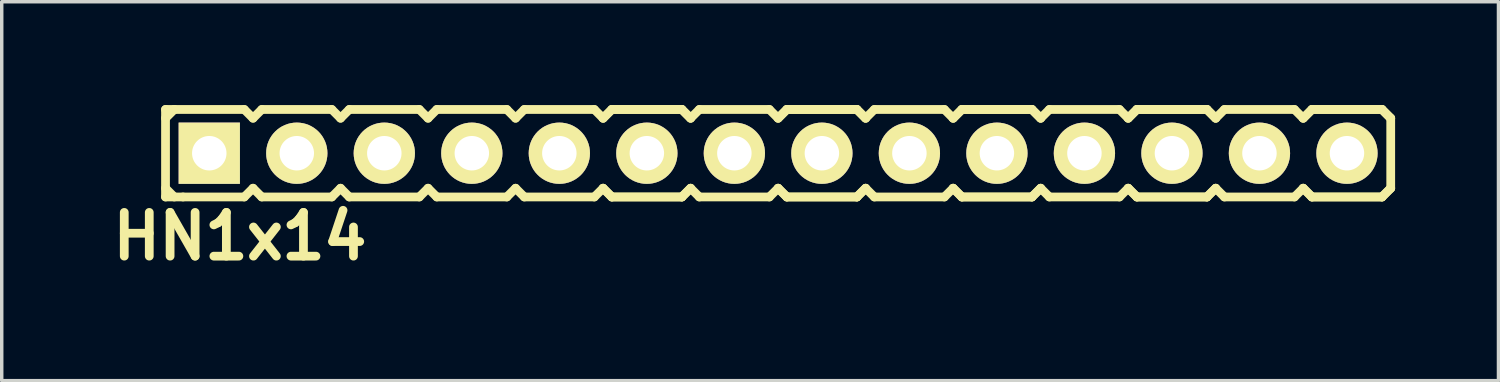
<source format=kicad_pcb>
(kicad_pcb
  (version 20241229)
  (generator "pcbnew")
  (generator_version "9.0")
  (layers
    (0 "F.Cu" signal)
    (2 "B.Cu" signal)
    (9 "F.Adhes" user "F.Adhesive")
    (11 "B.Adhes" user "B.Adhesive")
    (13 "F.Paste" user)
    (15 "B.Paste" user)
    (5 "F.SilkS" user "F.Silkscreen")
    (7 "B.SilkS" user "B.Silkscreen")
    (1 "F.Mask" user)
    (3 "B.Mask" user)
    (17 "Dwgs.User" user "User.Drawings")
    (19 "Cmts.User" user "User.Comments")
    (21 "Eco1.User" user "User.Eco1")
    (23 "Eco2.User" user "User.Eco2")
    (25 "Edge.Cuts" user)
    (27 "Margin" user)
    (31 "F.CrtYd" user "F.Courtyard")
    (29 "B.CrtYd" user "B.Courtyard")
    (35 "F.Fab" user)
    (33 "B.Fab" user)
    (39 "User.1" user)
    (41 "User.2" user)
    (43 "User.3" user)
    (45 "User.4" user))
  (footprint "HN1x14"
    (layer "F.Cu")
    (at 19.534 1.397)
    (property "Reference" "HN1x14" (at -15.621 2.413 0) (layer "F.SilkS") (effects (font (size 1.27 1.27) (thickness 0.254))))
    (attr smd)
    (fp_line (start -17.78 -1.27) (end -17.78 1.27) (stroke (width 0.254) (type solid)) (layer "F.SilkS"))
    (fp_line (start -17.78 -1.27) (end -17.526 -1.27) (stroke (width 0.254) (type solid)) (layer "F.SilkS"))
    (fp_line (start -17.78 -1.016) (end -17.526 -1.27) (stroke (width 0.254) (type solid)) (layer "F.SilkS"))
    (fp_line (start -17.526 -1.27) (end -15.494 -1.27) (stroke (width 0.254) (type solid)) (layer "F.SilkS"))
    (fp_line (start -17.526 1.27) (end -17.78 1.016) (stroke (width 0.254) (type solid)) (layer "F.SilkS"))
    (fp_line (start -17.272 1.27) (end -17.78 1.27) (stroke (width 0.254) (type solid)) (layer "F.SilkS"))
    (fp_line (start -15.494 -1.27) (end -15.24 -1.016) (stroke (width 0.254) (type solid)) (layer "F.SilkS"))
    (fp_line (start -15.494 1.27) (end -17.272 1.27) (stroke (width 0.254) (type solid)) (layer "F.SilkS"))
    (fp_line (start -15.24 -1.016) (end -14.986 -1.27) (stroke (width 0.254) (type solid)) (layer "F.SilkS"))
    (fp_line (start -15.24 1.016) (end -15.494 1.27) (stroke (width 0.254) (type solid)) (layer "F.SilkS"))
    (fp_line (start -14.986 -1.27) (end -12.954 -1.27) (stroke (width 0.254) (type solid)) (layer "F.SilkS"))
    (fp_line (start -14.986 1.27) (end -15.24 1.016) (stroke (width 0.254) (type solid)) (layer "F.SilkS"))
    (fp_line (start -12.954 -1.27) (end -12.7 -1.016) (stroke (width 0.254) (type solid)) (layer "F.SilkS"))
    (fp_line (start -12.954 1.27) (end -14.986 1.27) (stroke (width 0.254) (type solid)) (layer "F.SilkS"))
    (fp_line (start -12.954 1.27) (end -12.7 1.016) (stroke (width 0.254) (type solid)) (layer "F.SilkS"))
    (fp_line (start -12.7 -1.016) (end -12.446 -1.27) (stroke (width 0.254) (type solid)) (layer "F.SilkS"))
    (fp_line (start -12.7 1.016) (end -12.446 1.27) (stroke (width 0.254) (type solid)) (layer "F.SilkS"))
    (fp_line (start -12.446 -1.27) (end -10.414 -1.27) (stroke (width 0.254) (type solid)) (layer "F.SilkS"))
    (fp_line (start -10.414 -1.27) (end -10.16 -1.016) (stroke (width 0.254) (type solid)) (layer "F.SilkS"))
    (fp_line (start -10.414 1.27) (end -12.446 1.27) (stroke (width 0.254) (type solid)) (layer "F.SilkS"))
    (fp_line (start -10.16 -1.016) (end -9.906 -1.27) (stroke (width 0.254) (type solid)) (layer "F.SilkS"))
    (fp_line (start -10.16 1.016) (end -10.414 1.27) (stroke (width 0.254) (type solid)) (layer "F.SilkS"))
    (fp_line (start -9.906 -1.27) (end -7.874 -1.27) (stroke (width 0.254) (type solid)) (layer "F.SilkS"))
    (fp_line (start -9.906 1.27) (end -10.16 1.016) (stroke (width 0.254) (type solid)) (layer "F.SilkS"))
    (fp_line (start -7.874 -1.27) (end -7.62 -1.016) (stroke (width 0.254) (type solid)) (layer "F.SilkS"))
    (fp_line (start -7.874 1.27) (end -9.906 1.27) (stroke (width 0.254) (type solid)) (layer "F.SilkS"))
    (fp_line (start -7.62 -1.016) (end -7.366 -1.27) (stroke (width 0.254) (type solid)) (layer "F.SilkS"))
    (fp_line (start -7.62 1.016) (end -7.874 1.27) (stroke (width 0.254) (type solid)) (layer "F.SilkS"))
    (fp_line (start -7.366 -1.27) (end -5.334 -1.27) (stroke (width 0.254) (type solid)) (layer "F.SilkS"))
    (fp_line (start -7.366 1.27) (end -7.62 1.016) (stroke (width 0.254) (type solid)) (layer "F.SilkS"))
    (fp_line (start -5.334 -1.27) (end -5.08 -1.016) (stroke (width 0.254) (type solid)) (layer "F.SilkS"))
    (fp_line (start -5.334 1.27) (end -7.366 1.27) (stroke (width 0.254) (type solid)) (layer "F.SilkS"))
    (fp_line (start -5.08 -1.016) (end -4.826 -1.27) (stroke (width 0.254) (type solid)) (layer "F.SilkS"))
    (fp_line (start -5.08 -1.016) (end -4.826 -1.27) (stroke (width 0.254) (type solid)) (layer "F.SilkS"))
    (fp_line (start -5.08 1.016) (end -5.334 1.27) (stroke (width 0.254) (type solid)) (layer "F.SilkS"))
    (fp_line (start -4.826 -1.27) (end -2.794 -1.27) (stroke (width 0.254) (type solid)) (layer "F.SilkS"))
    (fp_line (start -4.826 -1.27) (end -2.794 -1.27) (stroke (width 0.254) (type solid)) (layer "F.SilkS"))
    (fp_line (start -4.826 1.27) (end -5.08 1.016) (stroke (width 0.254) (type solid)) (layer "F.SilkS"))
    (fp_line (start -4.826 1.27) (end -5.08 1.016) (stroke (width 0.254) (type solid)) (layer "F.SilkS"))
    (fp_line (start -2.794 -1.27) (end -2.54 -1.016) (stroke (width 0.254) (type solid)) (layer "F.SilkS"))
    (fp_line (start -2.794 -1.27) (end -2.54 -1.016) (stroke (width 0.254) (type solid)) (layer "F.SilkS"))
    (fp_line (start -2.794 1.27) (end -4.826 1.27) (stroke (width 0.254) (type solid)) (layer "F.SilkS"))
    (fp_line (start -2.794 1.27) (end -4.826 1.27) (stroke (width 0.254) (type solid)) (layer "F.SilkS"))
    (fp_line (start -2.54 -1.016) (end -2.286 -1.27) (stroke (width 0.254) (type solid)) (layer "F.SilkS"))
    (fp_line (start -2.54 1.016) (end -2.794 1.27) (stroke (width 0.254) (type solid)) (layer "F.SilkS"))
    (fp_line (start -2.54 1.016) (end -2.794 1.27) (stroke (width 0.254) (type solid)) (layer "F.SilkS"))
    (fp_line (start -2.286 -1.27) (end -0.254 -1.27) (stroke (width 0.254) (type solid)) (layer "F.SilkS"))
    (fp_line (start -2.286 1.27) (end -2.54 1.016) (stroke (width 0.254) (type solid)) (layer "F.SilkS"))
    (fp_line (start -0.254 -1.27) (end 0 -1.016) (stroke (width 0.254) (type solid)) (layer "F.SilkS"))
    (fp_line (start -0.254 1.27) (end -2.286 1.27) (stroke (width 0.254) (type solid)) (layer "F.SilkS"))
    (fp_line (start 0 -1.016) (end 0.254 -1.27) (stroke (width 0.254) (type solid)) (layer "F.SilkS"))
    (fp_line (start 0 -1.016) (end 0.254 -1.27) (stroke (width 0.254) (type solid)) (layer "F.SilkS"))
    (fp_line (start 0 1.016) (end -0.254 1.27) (stroke (width 0.254) (type solid)) (layer "F.SilkS"))
    (fp_line (start 0.254 -1.27) (end 2.286 -1.27) (stroke (width 0.254) (type solid)) (layer "F.SilkS"))
    (fp_line (start 0.254 -1.27) (end 2.286 -1.27) (stroke (width 0.254) (type solid)) (layer "F.SilkS"))
    (fp_line (start 0.254 1.27) (end 0 1.016) (stroke (width 0.254) (type solid)) (layer "F.SilkS"))
    (fp_line (start 0.254 1.27) (end 0 1.016) (stroke (width 0.254) (type solid)) (layer "F.SilkS"))
    (fp_line (start 2.286 -1.27) (end 2.54 -1.016) (stroke (width 0.254) (type solid)) (layer "F.SilkS"))
    (fp_line (start 2.286 -1.27) (end 2.54 -1.016) (stroke (width 0.254) (type solid)) (layer "F.SilkS"))
    (fp_line (start 2.286 1.27) (end 0.254 1.27) (stroke (width 0.254) (type solid)) (layer "F.SilkS"))
    (fp_line (start 2.286 1.27) (end 0.254 1.27) (stroke (width 0.254) (type solid)) (layer "F.SilkS"))
    (fp_line (start 2.54 -1.016) (end 2.794 -1.27) (stroke (width 0.254) (type solid)) (layer "F.SilkS"))
    (fp_line (start 2.54 1.016) (end 2.286 1.27) (stroke (width 0.254) (type solid)) (layer "F.SilkS"))
    (fp_line (start 2.54 1.016) (end 2.286 1.27) (stroke (width 0.254) (type solid)) (layer "F.SilkS"))
    (fp_line (start 2.794 -1.27) (end 4.826 -1.27) (stroke (width 0.254) (type solid)) (layer "F.SilkS"))
    (fp_line (start 2.794 1.27) (end 2.54 1.016) (stroke (width 0.254) (type solid)) (layer "F.SilkS"))
    (fp_line (start 4.826 -1.27) (end 5.08 -1.016) (stroke (width 0.254) (type solid)) (layer "F.SilkS"))
    (fp_line (start 4.826 1.27) (end 2.794 1.27) (stroke (width 0.254) (type solid)) (layer "F.SilkS"))
    (fp_line (start 5.08 -1.016) (end 5.334 -1.27) (stroke (width 0.254) (type solid)) (layer "F.SilkS"))
    (fp_line (start 5.08 -1.016) (end 5.334 -1.27) (stroke (width 0.254) (type solid)) (layer "F.SilkS"))
    (fp_line (start 5.08 1.016) (end 4.826 1.27) (stroke (width 0.254) (type solid)) (layer "F.SilkS"))
    (fp_line (start 5.334 -1.27) (end 7.366 -1.27) (stroke (width 0.254) (type solid)) (layer "F.SilkS"))
    (fp_line (start 5.334 -1.27) (end 7.366 -1.27) (stroke (width 0.254) (type solid)) (layer "F.SilkS"))
    (fp_line (start 5.334 1.27) (end 5.08 1.016) (stroke (width 0.254) (type solid)) (layer "F.SilkS"))
    (fp_line (start 5.334 1.27) (end 5.08 1.016) (stroke (width 0.254) (type solid)) (layer "F.SilkS"))
    (fp_line (start 7.366 -1.27) (end 7.62 -1.016) (stroke (width 0.254) (type solid)) (layer "F.SilkS"))
    (fp_line (start 7.366 -1.27) (end 7.62 -1.016) (stroke (width 0.254) (type solid)) (layer "F.SilkS"))
    (fp_line (start 7.366 1.27) (end 5.334 1.27) (stroke (width 0.254) (type solid)) (layer "F.SilkS"))
    (fp_line (start 7.366 1.27) (end 5.334 1.27) (stroke (width 0.254) (type solid)) (layer "F.SilkS"))
    (fp_line (start 7.62 -1.016) (end 7.874 -1.27) (stroke (width 0.254) (type solid)) (layer "F.SilkS"))
    (fp_line (start 7.62 1.016) (end 7.366 1.27) (stroke (width 0.254) (type solid)) (layer "F.SilkS"))
    (fp_line (start 7.62 1.016) (end 7.366 1.27) (stroke (width 0.254) (type solid)) (layer "F.SilkS"))
    (fp_line (start 7.874 -1.27) (end 9.906 -1.27) (stroke (width 0.254) (type solid)) (layer "F.SilkS"))
    (fp_line (start 7.874 1.27) (end 7.62 1.016) (stroke (width 0.254) (type solid)) (layer "F.SilkS"))
    (fp_line (start 9.906 -1.27) (end 10.16 -1.016) (stroke (width 0.254) (type solid)) (layer "F.SilkS"))
    (fp_line (start 9.906 1.27) (end 7.874 1.27) (stroke (width 0.254) (type solid)) (layer "F.SilkS"))
    (fp_line (start 10.16 -1.016) (end 10.414 -1.27) (stroke (width 0.254) (type solid)) (layer "F.SilkS"))
    (fp_line (start 10.16 -1.016) (end 10.414 -1.27) (stroke (width 0.254) (type solid)) (layer "F.SilkS"))
    (fp_line (start 10.16 1.016) (end 9.906 1.27) (stroke (width 0.254) (type solid)) (layer "F.SilkS"))
    (fp_line (start 10.414 -1.27) (end 12.446 -1.27) (stroke (width 0.254) (type solid)) (layer "F.SilkS"))
    (fp_line (start 10.414 -1.27) (end 12.446 -1.27) (stroke (width 0.254) (type solid)) (layer "F.SilkS"))
    (fp_line (start 10.414 1.27) (end 10.16 1.016) (stroke (width 0.254) (type solid)) (layer "F.SilkS"))
    (fp_line (start 10.414 1.27) (end 10.16 1.016) (stroke (width 0.254) (type solid)) (layer "F.SilkS"))
    (fp_line (start 12.446 -1.27) (end 12.7 -1.016) (stroke (width 0.254) (type solid)) (layer "F.SilkS"))
    (fp_line (start 12.446 -1.27) (end 12.7 -1.016) (stroke (width 0.254) (type solid)) (layer "F.SilkS"))
    (fp_line (start 12.446 1.27) (end 10.414 1.27) (stroke (width 0.254) (type solid)) (layer "F.SilkS"))
    (fp_line (start 12.446 1.27) (end 10.414 1.27) (stroke (width 0.254) (type solid)) (layer "F.SilkS"))
    (fp_line (start 12.7 -1.016) (end 12.954 -1.27) (stroke (width 0.254) (type solid)) (layer "F.SilkS"))
    (fp_line (start 12.7 1.016) (end 12.446 1.27) (stroke (width 0.254) (type solid)) (layer "F.SilkS"))
    (fp_line (start 12.7 1.016) (end 12.446 1.27) (stroke (width 0.254) (type solid)) (layer "F.SilkS"))
    (fp_line (start 12.954 -1.27) (end 14.986 -1.27) (stroke (width 0.254) (type solid)) (layer "F.SilkS"))
    (fp_line (start 12.954 1.27) (end 12.7 1.016) (stroke (width 0.254) (type solid)) (layer "F.SilkS"))
    (fp_line (start 14.986 -1.27) (end 15.24 -1.016) (stroke (width 0.254) (type solid)) (layer "F.SilkS"))
    (fp_line (start 14.986 1.27) (end 12.954 1.27) (stroke (width 0.254) (type solid)) (layer "F.SilkS"))
    (fp_line (start 15.24 -1.016) (end 15.494 -1.27) (stroke (width 0.254) (type solid)) (layer "F.SilkS"))
    (fp_line (start 15.24 -1.016) (end 15.494 -1.27) (stroke (width 0.254) (type solid)) (layer "F.SilkS"))
    (fp_line (start 15.24 1.016) (end 14.986 1.27) (stroke (width 0.254) (type solid)) (layer "F.SilkS"))
    (fp_line (start 15.494 -1.27) (end 17.526 -1.27) (stroke (width 0.254) (type solid)) (layer "F.SilkS"))
    (fp_line (start 15.494 -1.27) (end 17.526 -1.27) (stroke (width 0.254) (type solid)) (layer "F.SilkS"))
    (fp_line (start 15.494 1.27) (end 15.24 1.016) (stroke (width 0.254) (type solid)) (layer "F.SilkS"))
    (fp_line (start 15.494 1.27) (end 15.24 1.016) (stroke (width 0.254) (type solid)) (layer "F.SilkS"))
    (fp_line (start 17.526 -1.27) (end 17.78 -1.016) (stroke (width 0.254) (type solid)) (layer "F.SilkS"))
    (fp_line (start 17.526 -1.27) (end 17.78 -1.016) (stroke (width 0.254) (type solid)) (layer "F.SilkS"))
    (fp_line (start 17.526 1.27) (end 15.494 1.27) (stroke (width 0.254) (type solid)) (layer "F.SilkS"))
    (fp_line (start 17.526 1.27) (end 15.494 1.27) (stroke (width 0.254) (type solid)) (layer "F.SilkS"))
    (fp_line (start 17.78 -1.016) (end 17.78 1.016) (stroke (width 0.254) (type solid)) (layer "F.SilkS"))
    (fp_line (start 17.78 1.016) (end 17.526 1.27) (stroke (width 0.254) (type solid)) (layer "F.SilkS"))
    (fp_line (start 17.78 1.016) (end 17.526 1.27) (stroke (width 0.254) (type solid)) (layer "F.SilkS"))
    (pad "1" thru_hole rect (at -16.51 0) (size 1.778 1.778) (drill 1) (layers "*.Cu" "*.Mask" "F.SilkS" "B.Adhes"))
    (pad "2" thru_hole circle (at -13.97 0) (size 1.778 1.778) (drill 1) (layers "*.Cu" "*.Mask" "F.SilkS" "B.Adhes"))
    (pad "3" thru_hole circle (at -11.43 0) (size 1.778 1.778) (drill 1) (layers "*.Cu" "*.Mask" "F.SilkS" "B.Adhes"))
    (pad "4" thru_hole circle (at -8.89 0) (size 1.778 1.778) (drill 1) (layers "*.Cu" "*.Mask" "F.SilkS" "B.Adhes"))
    (pad "5" thru_hole circle (at -6.35 0) (size 1.778 1.778) (drill 1) (layers "*.Cu" "*.Mask" "F.SilkS" "B.Adhes"))
    (pad "6" thru_hole circle (at -3.81 0) (size 1.778 1.778) (drill 1) (layers "*.Cu" "*.Mask" "F.SilkS" "B.Adhes"))
    (pad "7" thru_hole circle (at -1.27 0) (size 1.778 1.778) (drill 1) (layers "*.Cu" "*.Mask" "F.SilkS" "B.Adhes"))
    (pad "8" thru_hole circle (at 1.27 0) (size 1.778 1.778) (drill 1) (layers "*.Cu" "*.Mask" "F.SilkS" "B.Adhes"))
    (pad "9" thru_hole circle (at 3.81 0) (size 1.778 1.778) (drill 1) (layers "*.Cu" "*.Mask" "F.SilkS" "B.Adhes"))
    (pad "10" thru_hole circle (at 6.35 0) (size 1.778 1.778) (drill 1) (layers "*.Cu" "*.Mask" "F.SilkS" "B.Adhes"))
    (pad "11" thru_hole circle (at 8.89 0) (size 1.778 1.778) (drill 1) (layers "*.Cu" "*.Mask" "F.SilkS" "B.Adhes"))
    (pad "12" thru_hole circle (at 11.43 0) (size 1.778 1.778) (drill 1) (layers "*.Cu" "*.Mask" "F.SilkS" "B.Adhes"))
    (pad "13" thru_hole circle (at 13.97 0) (size 1.778 1.778) (drill 1) (layers "*.Cu" "*.Mask" "F.SilkS" "B.Adhes"))
    (pad "14" thru_hole circle (at 16.51 0) (size 1.778 1.778) (drill 1) (layers "*.Cu" "*.Mask" "F.SilkS" "B.Adhes")))
  (gr_rect
    (start -3 -3)
    (end 40.441 7.999)
    (stroke (width 0.1) (type default))
    (fill no)
    (layer "Edge.Cuts")))
</source>
